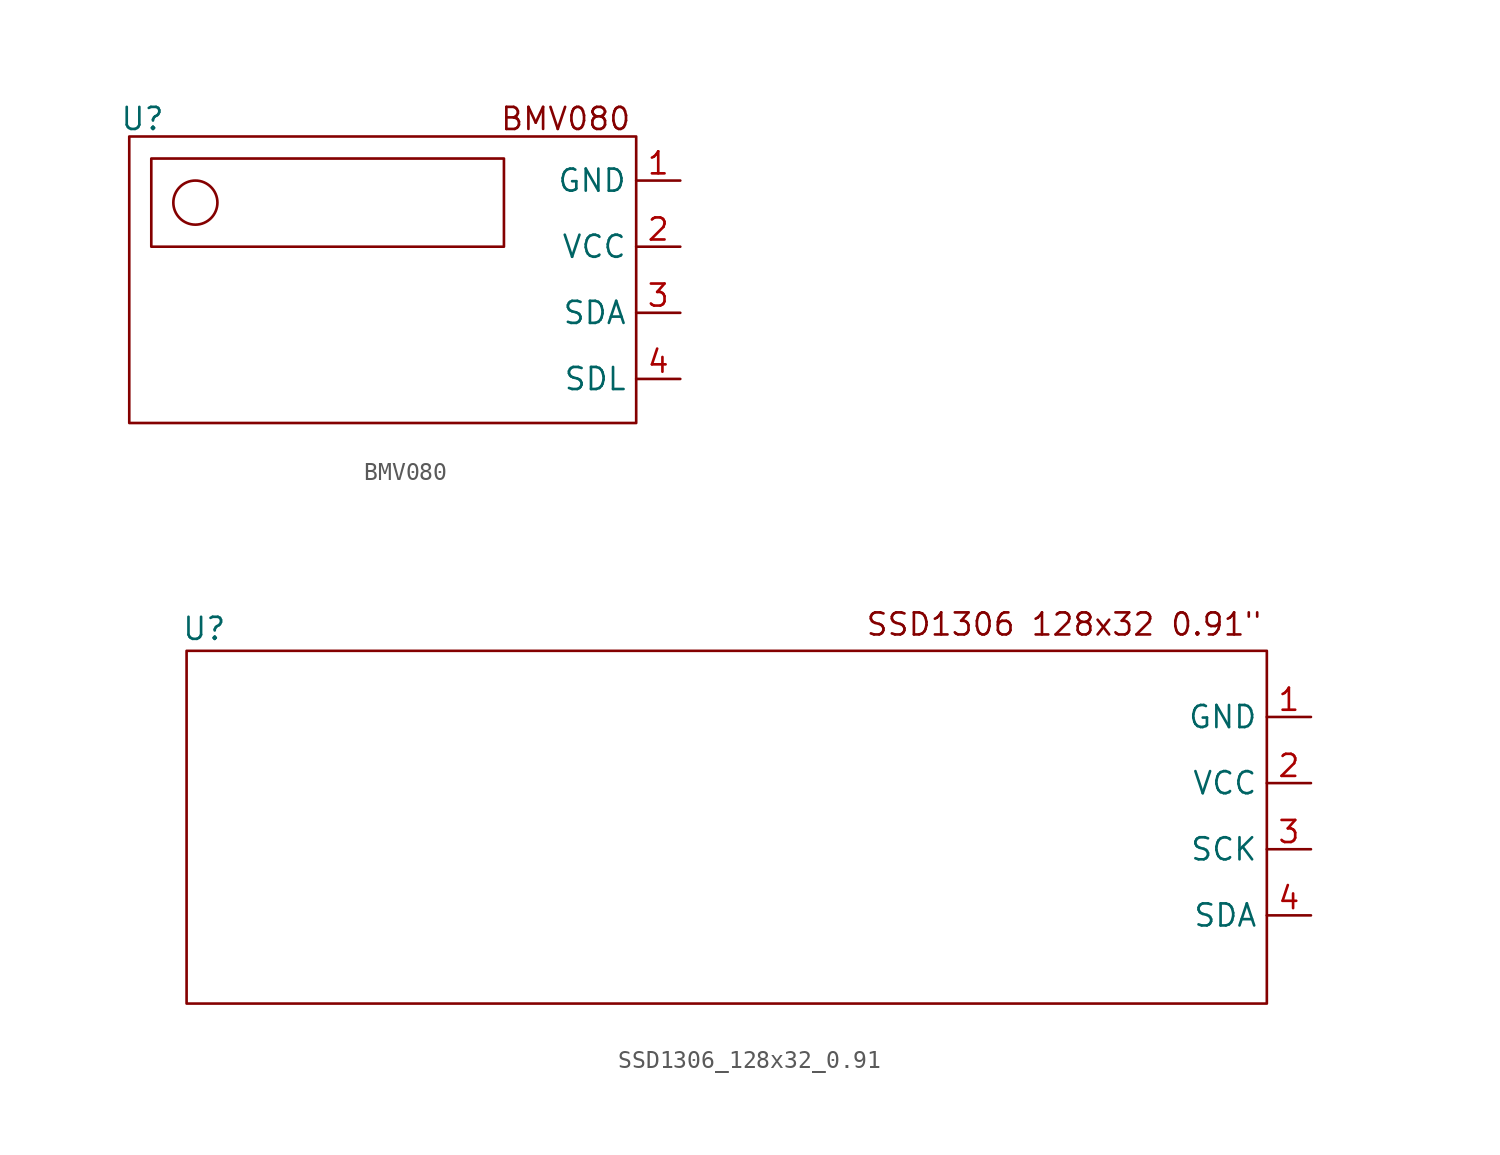
<source format=kicad_sym>
(kicad_symbol_lib
  (version 20241209)
  (generator "kicad_symbol_editor")
  (generator_version "9.0")
  (symbol "BMV080"
    (property "Reference" "U"
      (at 0.762 1.016 0)
      (effects (font (size 1.27 1.27))))
    (property "Value" ""
      (at 0 0 0)
      (effects (font (size 1.27 1.27))))
    (symbol "BMV080_0_1"
      (rectangle (start 0 0) (end 29.21 -16.51) (stroke (width 0) (type default)) (fill (type none)))
      (rectangle (start 1.27 -1.27) (end 21.59 -6.35) (stroke (width 0) (type default)) (fill (type none)))
      (circle (center 3.81 -3.81) (radius 1.27) (stroke (width 0) (type default)) (fill (type none))))
    (symbol "BMV080_1_1"
      (text "BMV080" (at 25.146 1.016 0) (effects (font (size 1.27 1.27))))
      (pin passive line (at 31.75 -2.54 180) (length 2.54) (name "GND" (effects (font (size 1.27 1.27)))) (number "1" (effects (font (size 1.27 1.27)))))
      (pin passive line (at 31.75 -6.35 180) (length 2.54) (name "VCC" (effects (font (size 1.27 1.27)))) (number "2" (effects (font (size 1.27 1.27)))))
      (pin passive line (at 31.75 -10.16 180) (length 2.54) (name "SDA" (effects (font (size 1.27 1.27)))) (number "3" (effects (font (size 1.27 1.27)))))
      (pin passive line (at 31.75 -13.97 180) (length 2.54) (name "SDL" (effects (font (size 1.27 1.27)))) (number "4" (effects (font (size 1.27 1.27)))))))
  (symbol "SSD1306_128x32_0.91"
    (property "Reference" "U"
      (at 1.016 1.27 0)
      (effects (font (size 1.27 1.27))))
    (property "Value" ""
      (at 0 0 0)
      (effects (font (size 1.27 1.27))))
    (symbol "SSD1306_128x32_0.91_0_1"
      (rectangle (start 0 0) (end 62.23 -20.32) (stroke (width 0) (type default)) (fill (type none))))
    (symbol "SSD1306_128x32_0.91_1_1"
      (text "SSD1306 128x32 0.91\"" (at 50.546 1.524 0) (effects (font (size 1.27 1.27))))
      (pin passive line (at 64.77 -3.81 180) (length 2.54) (name "GND" (effects (font (size 1.27 1.27)))) (number "1" (effects (font (size 1.27 1.27)))))
      (pin passive line (at 64.77 -7.62 180) (length 2.54) (name "VCC" (effects (font (size 1.27 1.27)))) (number "2" (effects (font (size 1.27 1.27)))))
      (pin passive line (at 64.77 -11.43 180) (length 2.54) (name "SCK" (effects (font (size 1.27 1.27)))) (number "3" (effects (font (size 1.27 1.27)))))
      (pin passive line (at 64.77 -15.24 180) (length 2.54) (name "SDA" (effects (font (size 1.27 1.27)))) (number "4" (effects (font (size 1.27 1.27))))))))
</source>
